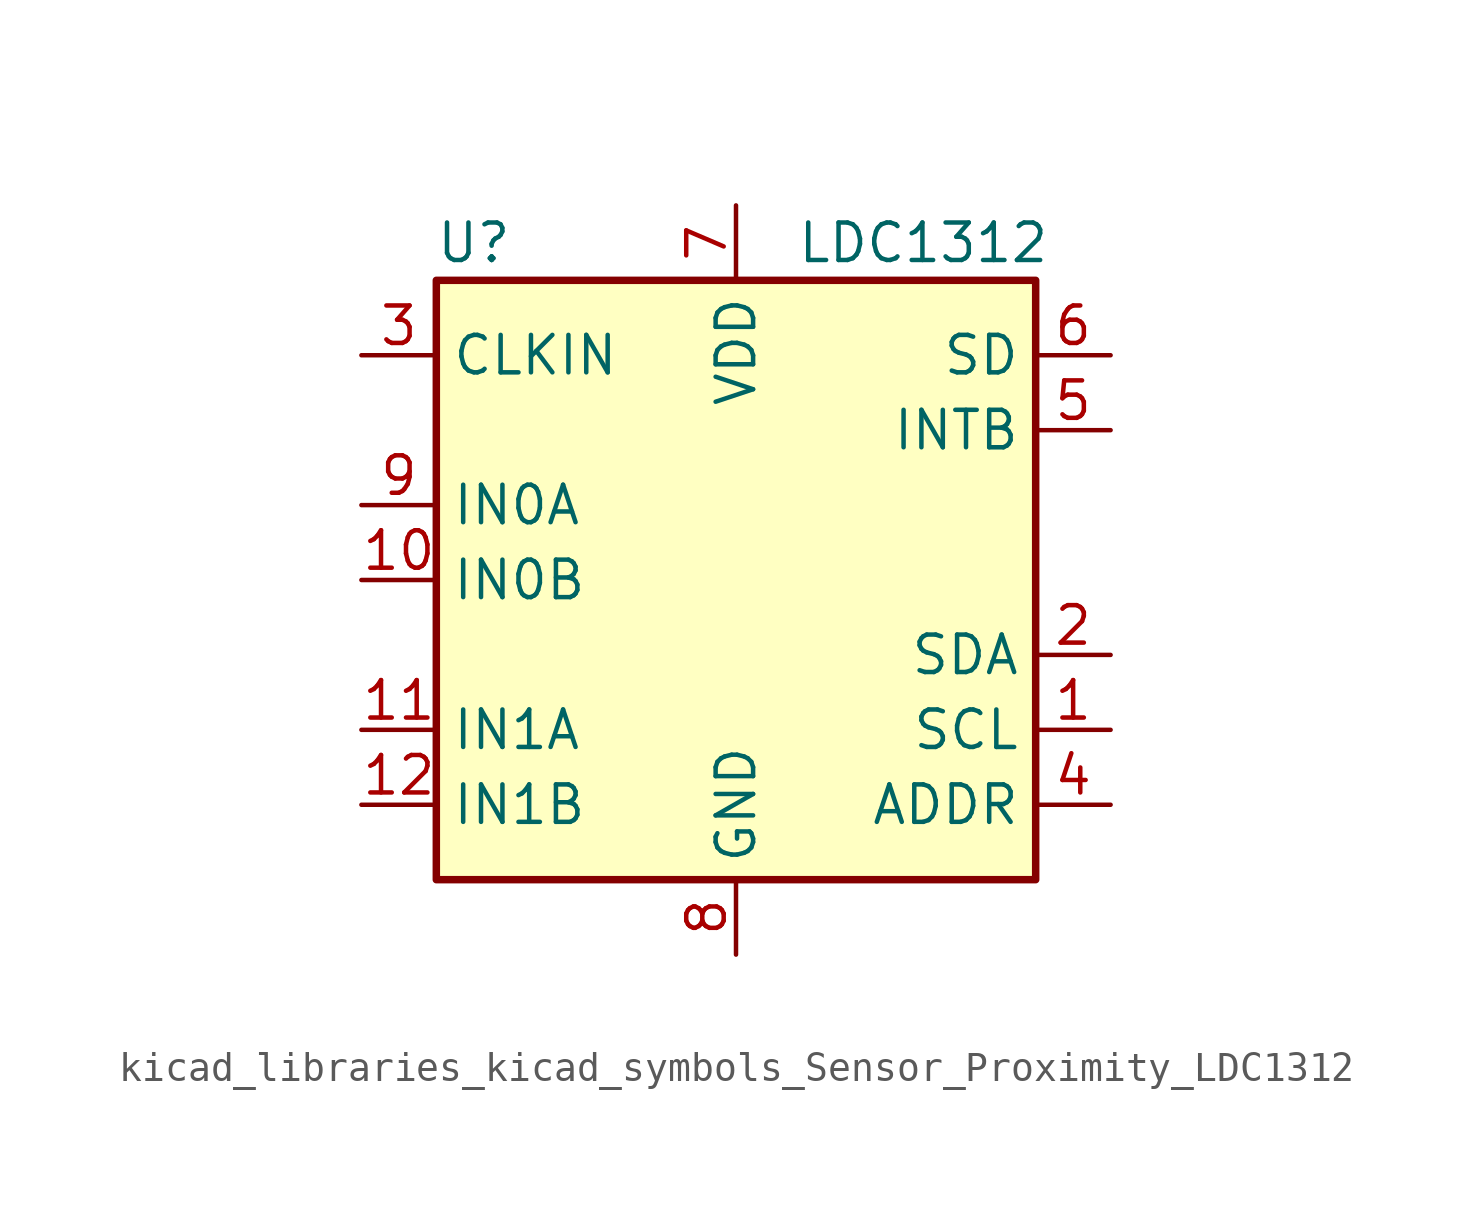
<source format=kicad_sym>
(kicad_symbol_lib
  (version 20220914)
  (generator kicad_symbol_editor)
  (symbol "kicad_libraries_kicad_symbols_Sensor_Proximity_LDC1312"
    (property "Reference" "U"
      (at -8.89 11.43 0)
      (effects (font (size 1.27 1.27))))
    (property "Value" "LDC1312"
      (at 6.35 11.43 0)
      (effects (font (size 1.27 1.27))))
    (symbol "kicad_libraries_kicad_symbols_Sensor_Proximity_LDC1312_0_1"
      (rectangle (start -10.16 -10.16) (end 10.16 10.16) (stroke (width 0.254) (type default)) (fill (type background))))
    (symbol "kicad_libraries_kicad_symbols_Sensor_Proximity_LDC1312_1_1"
      (pin input line (at 12.7 -5.08 180) (length 2.54) (name "SCL" (effects (font (size 1.27 1.27)))) (number "1" (effects (font (size 1.27 1.27)))))
      (pin input line (at -12.7 0 0) (length 2.54) (name "IN0B" (effects (font (size 1.27 1.27)))) (number "10" (effects (font (size 1.27 1.27)))))
      (pin input line (at -12.7 -5.08 0) (length 2.54) (name "IN1A" (effects (font (size 1.27 1.27)))) (number "11" (effects (font (size 1.27 1.27)))))
      (pin input line (at -12.7 -7.62 0) (length 2.54) (name "IN1B" (effects (font (size 1.27 1.27)))) (number "12" (effects (font (size 1.27 1.27)))))
      (pin passive line (at 0 -12.7 90) (length 2.54) hide (name "GND" (effects (font (size 1.27 1.27)))) (number "13" (effects (font (size 1.27 1.27)))))
      (pin bidirectional line (at 12.7 -2.54 180) (length 2.54) (name "SDA" (effects (font (size 1.27 1.27)))) (number "2" (effects (font (size 1.27 1.27)))))
      (pin input line (at -12.7 7.62 0) (length 2.54) (name "CLKIN" (effects (font (size 1.27 1.27)))) (number "3" (effects (font (size 1.27 1.27)))))
      (pin input line (at 12.7 -7.62 180) (length 2.54) (name "ADDR" (effects (font (size 1.27 1.27)))) (number "4" (effects (font (size 1.27 1.27)))))
      (pin open_collector line (at 12.7 5.08 180) (length 2.54) (name "INTB" (effects (font (size 1.27 1.27)))) (number "5" (effects (font (size 1.27 1.27)))))
      (pin input line (at 12.7 7.62 180) (length 2.54) (name "SD" (effects (font (size 1.27 1.27)))) (number "6" (effects (font (size 1.27 1.27)))))
      (pin power_in line (at 0 12.7 270) (length 2.54) (name "VDD" (effects (font (size 1.27 1.27)))) (number "7" (effects (font (size 1.27 1.27)))))
      (pin power_in line (at 0 -12.7 90) (length 2.54) (name "GND" (effects (font (size 1.27 1.27)))) (number "8" (effects (font (size 1.27 1.27)))))
      (pin input line (at -12.7 2.54 0) (length 2.54) (name "IN0A" (effects (font (size 1.27 1.27)))) (number "9" (effects (font (size 1.27 1.27))))))))
</source>
